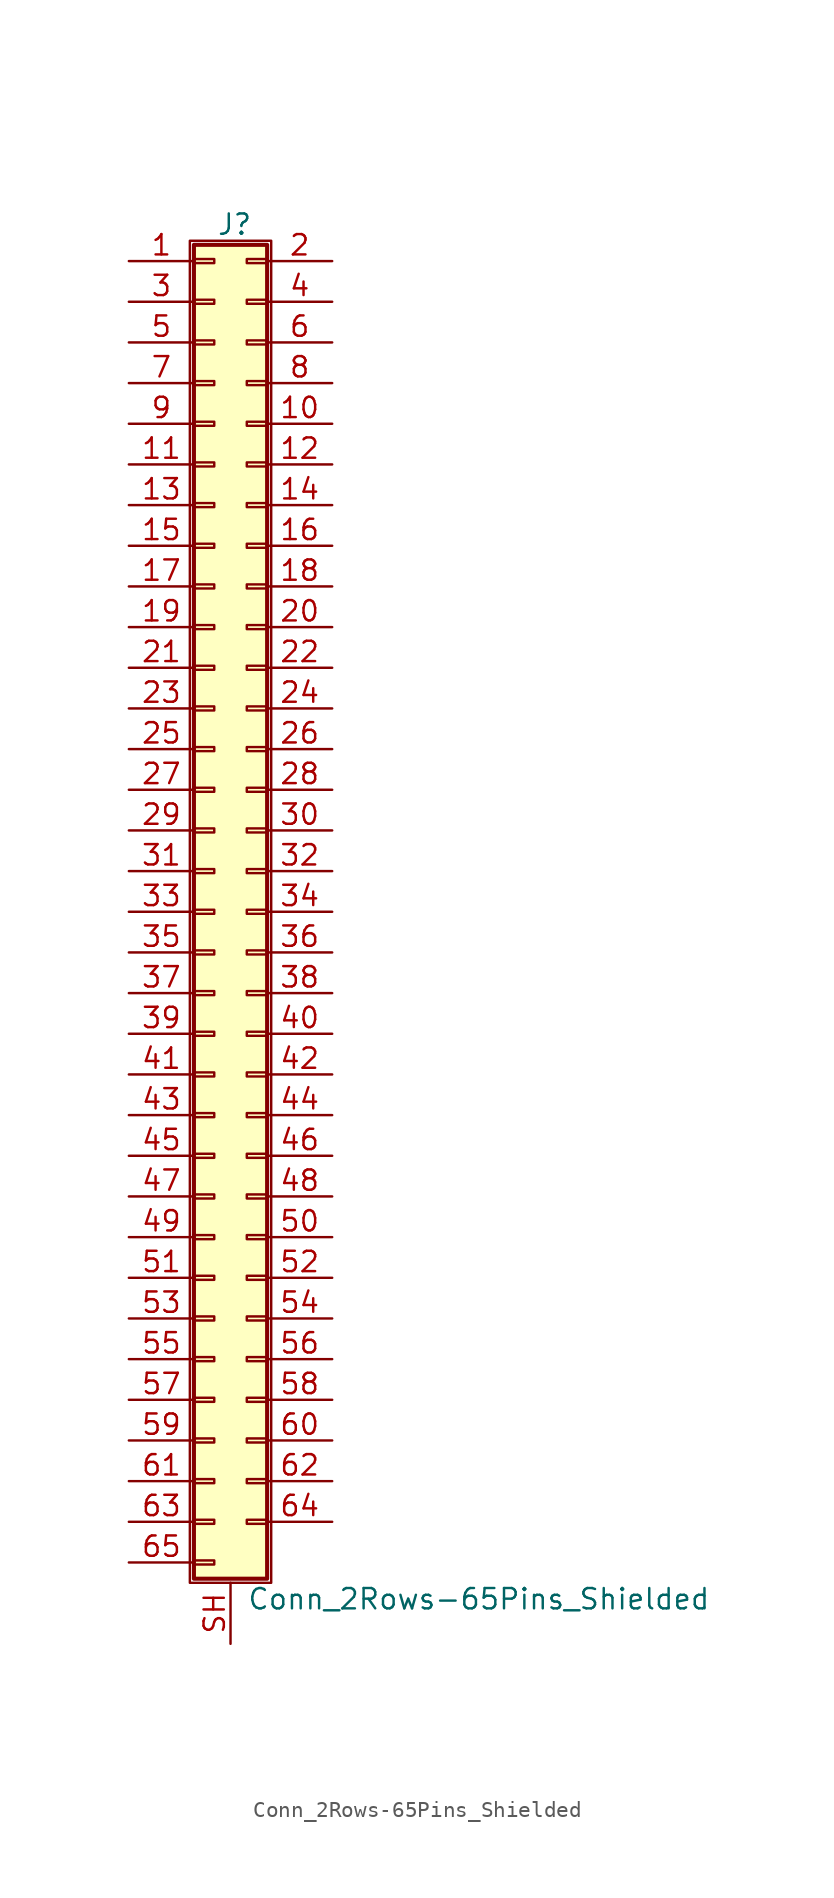
<source format=kicad_sym>
(kicad_symbol_lib
  (version 20201005)
  (generator kicad_symbol_editor)
  (symbol "Conn_2Rows-65Pins_Shielded"
    (pin_names
      (offset 1.016) hide)
    (property "Reference" "J"
      (at 1.524 42.926 0)
      (effects (font (size 1.27 1.27))))
    (property "Value" "Conn_2Rows-65Pins_Shielded"
      (at 2.286 -42.926 0)
      (effects (font (size 1.27 1.27)) (justify left)))
    (symbol "Conn_2Rows-65Pins_Shielded_1_1"
      (rectangle (start -1.27 41.91) (end 3.81 -41.91) (stroke (width 0.152)) (fill (type none)))
      (rectangle (start -1.016 -40.513) (end 0.254 -40.767) (stroke (width 0.152)) (fill (type none)))
      (rectangle (start -1.016 -37.973) (end 0.254 -38.227) (stroke (width 0.152)) (fill (type none)))
      (rectangle (start -1.016 -35.433) (end 0.254 -35.687) (stroke (width 0.152)) (fill (type none)))
      (rectangle (start -1.016 -32.893) (end 0.254 -33.147) (stroke (width 0.152)) (fill (type none)))
      (rectangle (start -1.016 -30.353) (end 0.254 -30.607) (stroke (width 0.152)) (fill (type none)))
      (rectangle (start -1.016 -27.813) (end 0.254 -28.067) (stroke (width 0.152)) (fill (type none)))
      (rectangle (start -1.016 -25.273) (end 0.254 -25.527) (stroke (width 0.152)) (fill (type none)))
      (rectangle (start -1.016 -22.733) (end 0.254 -22.987) (stroke (width 0.152)) (fill (type none)))
      (rectangle (start -1.016 -20.193) (end 0.254 -20.447) (stroke (width 0.152)) (fill (type none)))
      (rectangle (start -1.016 -17.653) (end 0.254 -17.907) (stroke (width 0.152)) (fill (type none)))
      (rectangle (start -1.016 -15.113) (end 0.254 -15.367) (stroke (width 0.152)) (fill (type none)))
      (rectangle (start -1.016 -12.573) (end 0.254 -12.827) (stroke (width 0.152)) (fill (type none)))
      (rectangle (start -1.016 -10.033) (end 0.254 -10.287) (stroke (width 0.152)) (fill (type none)))
      (rectangle (start -1.016 -7.493) (end 0.254 -7.747) (stroke (width 0.152)) (fill (type none)))
      (rectangle (start -1.016 -4.953) (end 0.254 -5.207) (stroke (width 0.152)) (fill (type none)))
      (rectangle (start -1.016 -2.413) (end 0.254 -2.667) (stroke (width 0.152)) (fill (type none)))
      (rectangle (start -1.016 0.127) (end 0.254 -0.127) (stroke (width 0.152)) (fill (type none)))
      (rectangle (start -1.016 2.667) (end 0.254 2.413) (stroke (width 0.152)) (fill (type none)))
      (rectangle (start -1.016 5.207) (end 0.254 4.953) (stroke (width 0.152)) (fill (type none)))
      (rectangle (start -1.016 7.747) (end 0.254 7.493) (stroke (width 0.152)) (fill (type none)))
      (rectangle (start -1.016 10.287) (end 0.254 10.033) (stroke (width 0.152)) (fill (type none)))
      (rectangle (start -1.016 12.827) (end 0.254 12.573) (stroke (width 0.152)) (fill (type none)))
      (rectangle (start -1.016 15.367) (end 0.254 15.113) (stroke (width 0.152)) (fill (type none)))
      (rectangle (start -1.016 17.907) (end 0.254 17.653) (stroke (width 0.152)) (fill (type none)))
      (rectangle (start -1.016 20.447) (end 0.254 20.193) (stroke (width 0.152)) (fill (type none)))
      (rectangle (start -1.016 22.987) (end 0.254 22.733) (stroke (width 0.152)) (fill (type none)))
      (rectangle (start -1.016 25.527) (end 0.254 25.273) (stroke (width 0.152)) (fill (type none)))
      (rectangle (start -1.016 28.067) (end 0.254 27.813) (stroke (width 0.152)) (fill (type none)))
      (rectangle (start -1.016 30.607) (end 0.254 30.353) (stroke (width 0.152)) (fill (type none)))
      (rectangle (start -1.016 33.147) (end 0.254 32.893) (stroke (width 0.152)) (fill (type none)))
      (rectangle (start -1.016 35.687) (end 0.254 35.433) (stroke (width 0.152)) (fill (type none)))
      (rectangle (start -1.016 38.227) (end 0.254 37.973) (stroke (width 0.152)) (fill (type none)))
      (rectangle (start -1.016 40.767) (end 0.254 40.513) (stroke (width 0.152)) (fill (type none)))
      (rectangle (start 3.556 -37.973) (end 2.286 -38.227) (stroke (width 0.152)) (fill (type none)))
      (rectangle (start 3.556 -35.433) (end 2.286 -35.687) (stroke (width 0.152)) (fill (type none)))
      (rectangle (start 3.556 -32.893) (end 2.286 -33.147) (stroke (width 0.152)) (fill (type none)))
      (rectangle (start 3.556 -30.353) (end 2.286 -30.607) (stroke (width 0.152)) (fill (type none)))
      (rectangle (start 3.556 -27.813) (end 2.286 -28.067) (stroke (width 0.152)) (fill (type none)))
      (rectangle (start 3.556 -25.273) (end 2.286 -25.527) (stroke (width 0.152)) (fill (type none)))
      (rectangle (start 3.556 -22.733) (end 2.286 -22.987) (stroke (width 0.152)) (fill (type none)))
      (rectangle (start 3.556 -20.193) (end 2.286 -20.447) (stroke (width 0.152)) (fill (type none)))
      (rectangle (start 3.556 -17.653) (end 2.286 -17.907) (stroke (width 0.152)) (fill (type none)))
      (rectangle (start 3.556 -15.113) (end 2.286 -15.367) (stroke (width 0.152)) (fill (type none)))
      (rectangle (start 3.556 -12.573) (end 2.286 -12.827) (stroke (width 0.152)) (fill (type none)))
      (rectangle (start 3.556 -10.033) (end 2.286 -10.287) (stroke (width 0.152)) (fill (type none)))
      (rectangle (start 3.556 -7.493) (end 2.286 -7.747) (stroke (width 0.152)) (fill (type none)))
      (rectangle (start 3.556 -4.953) (end 2.286 -5.207) (stroke (width 0.152)) (fill (type none)))
      (rectangle (start 3.556 -2.413) (end 2.286 -2.667) (stroke (width 0.152)) (fill (type none)))
      (rectangle (start 3.556 0.127) (end 2.286 -0.127) (stroke (width 0.152)) (fill (type none)))
      (rectangle (start 3.556 2.667) (end 2.286 2.413) (stroke (width 0.152)) (fill (type none)))
      (rectangle (start 3.556 5.207) (end 2.286 4.953) (stroke (width 0.152)) (fill (type none)))
      (rectangle (start 3.556 7.747) (end 2.286 7.493) (stroke (width 0.152)) (fill (type none)))
      (rectangle (start 3.556 10.287) (end 2.286 10.033) (stroke (width 0.152)) (fill (type none)))
      (rectangle (start 3.556 12.827) (end 2.286 12.573) (stroke (width 0.152)) (fill (type none)))
      (rectangle (start 3.556 15.367) (end 2.286 15.113) (stroke (width 0.152)) (fill (type none)))
      (rectangle (start 3.556 17.907) (end 2.286 17.653) (stroke (width 0.152)) (fill (type none)))
      (rectangle (start 3.556 20.447) (end 2.286 20.193) (stroke (width 0.152)) (fill (type none)))
      (rectangle (start 3.556 22.987) (end 2.286 22.733) (stroke (width 0.152)) (fill (type none)))
      (rectangle (start 3.556 25.527) (end 2.286 25.273) (stroke (width 0.152)) (fill (type none)))
      (rectangle (start 3.556 28.067) (end 2.286 27.813) (stroke (width 0.152)) (fill (type none)))
      (rectangle (start 3.556 30.607) (end 2.286 30.353) (stroke (width 0.152)) (fill (type none)))
      (rectangle (start 3.556 33.147) (end 2.286 32.893) (stroke (width 0.152)) (fill (type none)))
      (rectangle (start 3.556 35.687) (end 2.286 35.433) (stroke (width 0.152)) (fill (type none)))
      (rectangle (start 3.556 38.227) (end 2.286 37.973) (stroke (width 0.152)) (fill (type none)))
      (rectangle (start 3.556 40.767) (end 2.286 40.513) (stroke (width 0.152)) (fill (type none)))
      (rectangle (start -1.016 41.656) (end 3.556 -41.656) (stroke (width 0.254)) (fill (type background)))
      (pin passive line (at -5.08 40.64 0) (length 4.064) (name "Pin_1" (effects (font (size 1.27 1.27)))) (number "1" (effects (font (size 1.27 1.27)))))
      (pin passive line (at 7.62 30.48 180) (length 4.064) (name "Pin_10" (effects (font (size 1.27 1.27)))) (number "10" (effects (font (size 1.27 1.27)))))
      (pin passive line (at -5.08 27.94 0) (length 4.064) (name "Pin_11" (effects (font (size 1.27 1.27)))) (number "11" (effects (font (size 1.27 1.27)))))
      (pin passive line (at 7.62 27.94 180) (length 4.064) (name "Pin_12" (effects (font (size 1.27 1.27)))) (number "12" (effects (font (size 1.27 1.27)))))
      (pin passive line (at -5.08 25.4 0) (length 4.064) (name "Pin_13" (effects (font (size 1.27 1.27)))) (number "13" (effects (font (size 1.27 1.27)))))
      (pin passive line (at 7.62 25.4 180) (length 4.064) (name "Pin_14" (effects (font (size 1.27 1.27)))) (number "14" (effects (font (size 1.27 1.27)))))
      (pin passive line (at -5.08 22.86 0) (length 4.064) (name "Pin_15" (effects (font (size 1.27 1.27)))) (number "15" (effects (font (size 1.27 1.27)))))
      (pin passive line (at 7.62 22.86 180) (length 4.064) (name "Pin_16" (effects (font (size 1.27 1.27)))) (number "16" (effects (font (size 1.27 1.27)))))
      (pin passive line (at -5.08 20.32 0) (length 4.064) (name "Pin_17" (effects (font (size 1.27 1.27)))) (number "17" (effects (font (size 1.27 1.27)))))
      (pin passive line (at 7.62 20.32 180) (length 4.064) (name "Pin_18" (effects (font (size 1.27 1.27)))) (number "18" (effects (font (size 1.27 1.27)))))
      (pin passive line (at -5.08 17.78 0) (length 4.064) (name "Pin_19" (effects (font (size 1.27 1.27)))) (number "19" (effects (font (size 1.27 1.27)))))
      (pin passive line (at 7.62 40.64 180) (length 4.064) (name "Pin_2" (effects (font (size 1.27 1.27)))) (number "2" (effects (font (size 1.27 1.27)))))
      (pin passive line (at 7.62 17.78 180) (length 4.064) (name "Pin_20" (effects (font (size 1.27 1.27)))) (number "20" (effects (font (size 1.27 1.27)))))
      (pin passive line (at -5.08 15.24 0) (length 4.064) (name "Pin_21" (effects (font (size 1.27 1.27)))) (number "21" (effects (font (size 1.27 1.27)))))
      (pin passive line (at 7.62 15.24 180) (length 4.064) (name "Pin_22" (effects (font (size 1.27 1.27)))) (number "22" (effects (font (size 1.27 1.27)))))
      (pin passive line (at -5.08 12.7 0) (length 4.064) (name "Pin_23" (effects (font (size 1.27 1.27)))) (number "23" (effects (font (size 1.27 1.27)))))
      (pin passive line (at 7.62 12.7 180) (length 4.064) (name "Pin_24" (effects (font (size 1.27 1.27)))) (number "24" (effects (font (size 1.27 1.27)))))
      (pin passive line (at -5.08 10.16 0) (length 4.064) (name "Pin_25" (effects (font (size 1.27 1.27)))) (number "25" (effects (font (size 1.27 1.27)))))
      (pin passive line (at 7.62 10.16 180) (length 4.064) (name "Pin_26" (effects (font (size 1.27 1.27)))) (number "26" (effects (font (size 1.27 1.27)))))
      (pin passive line (at -5.08 7.62 0) (length 4.064) (name "Pin_27" (effects (font (size 1.27 1.27)))) (number "27" (effects (font (size 1.27 1.27)))))
      (pin passive line (at 7.62 7.62 180) (length 4.064) (name "Pin_28" (effects (font (size 1.27 1.27)))) (number "28" (effects (font (size 1.27 1.27)))))
      (pin passive line (at -5.08 5.08 0) (length 4.064) (name "Pin_29" (effects (font (size 1.27 1.27)))) (number "29" (effects (font (size 1.27 1.27)))))
      (pin passive line (at -5.08 38.1 0) (length 4.064) (name "Pin_3" (effects (font (size 1.27 1.27)))) (number "3" (effects (font (size 1.27 1.27)))))
      (pin passive line (at 7.62 5.08 180) (length 4.064) (name "Pin_30" (effects (font (size 1.27 1.27)))) (number "30" (effects (font (size 1.27 1.27)))))
      (pin passive line (at -5.08 2.54 0) (length 4.064) (name "Pin_31" (effects (font (size 1.27 1.27)))) (number "31" (effects (font (size 1.27 1.27)))))
      (pin passive line (at 7.62 2.54 180) (length 4.064) (name "Pin_32" (effects (font (size 1.27 1.27)))) (number "32" (effects (font (size 1.27 1.27)))))
      (pin passive line (at -5.08 0 0) (length 4.064) (name "Pin_33" (effects (font (size 1.27 1.27)))) (number "33" (effects (font (size 1.27 1.27)))))
      (pin passive line (at 7.62 0 180) (length 4.064) (name "Pin_34" (effects (font (size 1.27 1.27)))) (number "34" (effects (font (size 1.27 1.27)))))
      (pin passive line (at -5.08 -2.54 0) (length 4.064) (name "Pin_35" (effects (font (size 1.27 1.27)))) (number "35" (effects (font (size 1.27 1.27)))))
      (pin passive line (at 7.62 -2.54 180) (length 4.064) (name "Pin_36" (effects (font (size 1.27 1.27)))) (number "36" (effects (font (size 1.27 1.27)))))
      (pin passive line (at -5.08 -5.08 0) (length 4.064) (name "Pin_37" (effects (font (size 1.27 1.27)))) (number "37" (effects (font (size 1.27 1.27)))))
      (pin passive line (at 7.62 -5.08 180) (length 4.064) (name "Pin_38" (effects (font (size 1.27 1.27)))) (number "38" (effects (font (size 1.27 1.27)))))
      (pin passive line (at -5.08 -7.62 0) (length 4.064) (name "Pin_39" (effects (font (size 1.27 1.27)))) (number "39" (effects (font (size 1.27 1.27)))))
      (pin passive line (at 7.62 38.1 180) (length 4.064) (name "Pin_4" (effects (font (size 1.27 1.27)))) (number "4" (effects (font (size 1.27 1.27)))))
      (pin passive line (at 7.62 -7.62 180) (length 4.064) (name "Pin_40" (effects (font (size 1.27 1.27)))) (number "40" (effects (font (size 1.27 1.27)))))
      (pin passive line (at -5.08 -10.16 0) (length 4.064) (name "Pin_41" (effects (font (size 1.27 1.27)))) (number "41" (effects (font (size 1.27 1.27)))))
      (pin passive line (at 7.62 -10.16 180) (length 4.064) (name "Pin_42" (effects (font (size 1.27 1.27)))) (number "42" (effects (font (size 1.27 1.27)))))
      (pin passive line (at -5.08 -12.7 0) (length 4.064) (name "Pin_43" (effects (font (size 1.27 1.27)))) (number "43" (effects (font (size 1.27 1.27)))))
      (pin passive line (at 7.62 -12.7 180) (length 4.064) (name "Pin_44" (effects (font (size 1.27 1.27)))) (number "44" (effects (font (size 1.27 1.27)))))
      (pin passive line (at -5.08 -15.24 0) (length 4.064) (name "Pin_45" (effects (font (size 1.27 1.27)))) (number "45" (effects (font (size 1.27 1.27)))))
      (pin passive line (at 7.62 -15.24 180) (length 4.064) (name "Pin_46" (effects (font (size 1.27 1.27)))) (number "46" (effects (font (size 1.27 1.27)))))
      (pin passive line (at -5.08 -17.78 0) (length 4.064) (name "Pin_47" (effects (font (size 1.27 1.27)))) (number "47" (effects (font (size 1.27 1.27)))))
      (pin passive line (at 7.62 -17.78 180) (length 4.064) (name "Pin_48" (effects (font (size 1.27 1.27)))) (number "48" (effects (font (size 1.27 1.27)))))
      (pin passive line (at -5.08 -20.32 0) (length 4.064) (name "Pin_49" (effects (font (size 1.27 1.27)))) (number "49" (effects (font (size 1.27 1.27)))))
      (pin passive line (at -5.08 35.56 0) (length 4.064) (name "Pin_5" (effects (font (size 1.27 1.27)))) (number "5" (effects (font (size 1.27 1.27)))))
      (pin passive line (at 7.62 -20.32 180) (length 4.064) (name "Pin_50" (effects (font (size 1.27 1.27)))) (number "50" (effects (font (size 1.27 1.27)))))
      (pin passive line (at -5.08 -22.86 0) (length 4.064) (name "Pin_51" (effects (font (size 1.27 1.27)))) (number "51" (effects (font (size 1.27 1.27)))))
      (pin passive line (at 7.62 -22.86 180) (length 4.064) (name "Pin_52" (effects (font (size 1.27 1.27)))) (number "52" (effects (font (size 1.27 1.27)))))
      (pin passive line (at -5.08 -25.4 0) (length 4.064) (name "Pin_53" (effects (font (size 1.27 1.27)))) (number "53" (effects (font (size 1.27 1.27)))))
      (pin passive line (at 7.62 -25.4 180) (length 4.064) (name "Pin_54" (effects (font (size 1.27 1.27)))) (number "54" (effects (font (size 1.27 1.27)))))
      (pin passive line (at -5.08 -27.94 0) (length 4.064) (name "Pin_55" (effects (font (size 1.27 1.27)))) (number "55" (effects (font (size 1.27 1.27)))))
      (pin passive line (at 7.62 -27.94 180) (length 4.064) (name "Pin_56" (effects (font (size 1.27 1.27)))) (number "56" (effects (font (size 1.27 1.27)))))
      (pin passive line (at -5.08 -30.48 0) (length 4.064) (name "Pin_57" (effects (font (size 1.27 1.27)))) (number "57" (effects (font (size 1.27 1.27)))))
      (pin passive line (at 7.62 -30.48 180) (length 4.064) (name "Pin_58" (effects (font (size 1.27 1.27)))) (number "58" (effects (font (size 1.27 1.27)))))
      (pin passive line (at -5.08 -33.02 0) (length 4.064) (name "Pin_59" (effects (font (size 1.27 1.27)))) (number "59" (effects (font (size 1.27 1.27)))))
      (pin passive line (at 7.62 35.56 180) (length 4.064) (name "Pin_6" (effects (font (size 1.27 1.27)))) (number "6" (effects (font (size 1.27 1.27)))))
      (pin passive line (at 7.62 -33.02 180) (length 4.064) (name "Pin_60" (effects (font (size 1.27 1.27)))) (number "60" (effects (font (size 1.27 1.27)))))
      (pin passive line (at -5.08 -35.56 0) (length 4.064) (name "Pin_61" (effects (font (size 1.27 1.27)))) (number "61" (effects (font (size 1.27 1.27)))))
      (pin passive line (at 7.62 -35.56 180) (length 4.064) (name "Pin_62" (effects (font (size 1.27 1.27)))) (number "62" (effects (font (size 1.27 1.27)))))
      (pin passive line (at -5.08 -38.1 0) (length 4.064) (name "Pin_63" (effects (font (size 1.27 1.27)))) (number "63" (effects (font (size 1.27 1.27)))))
      (pin passive line (at 7.62 -38.1 180) (length 4.064) (name "Pin_64" (effects (font (size 1.27 1.27)))) (number "64" (effects (font (size 1.27 1.27)))))
      (pin passive line (at -5.08 -40.64 0) (length 4.064) (name "Pin_65" (effects (font (size 1.27 1.27)))) (number "65" (effects (font (size 1.27 1.27)))))
      (pin passive line (at -5.08 33.02 0) (length 4.064) (name "Pin_7" (effects (font (size 1.27 1.27)))) (number "7" (effects (font (size 1.27 1.27)))))
      (pin passive line (at 7.62 33.02 180) (length 4.064) (name "Pin_8" (effects (font (size 1.27 1.27)))) (number "8" (effects (font (size 1.27 1.27)))))
      (pin passive line (at -5.08 30.48 0) (length 4.064) (name "Pin_9" (effects (font (size 1.27 1.27)))) (number "9" (effects (font (size 1.27 1.27)))))
      (pin passive line (at 1.27 -45.72 90) (length 3.81) (name "Shield" (effects (font (size 1.27 1.27)))) (number "SH" (effects (font (size 1.27 1.27))))))))
</source>
